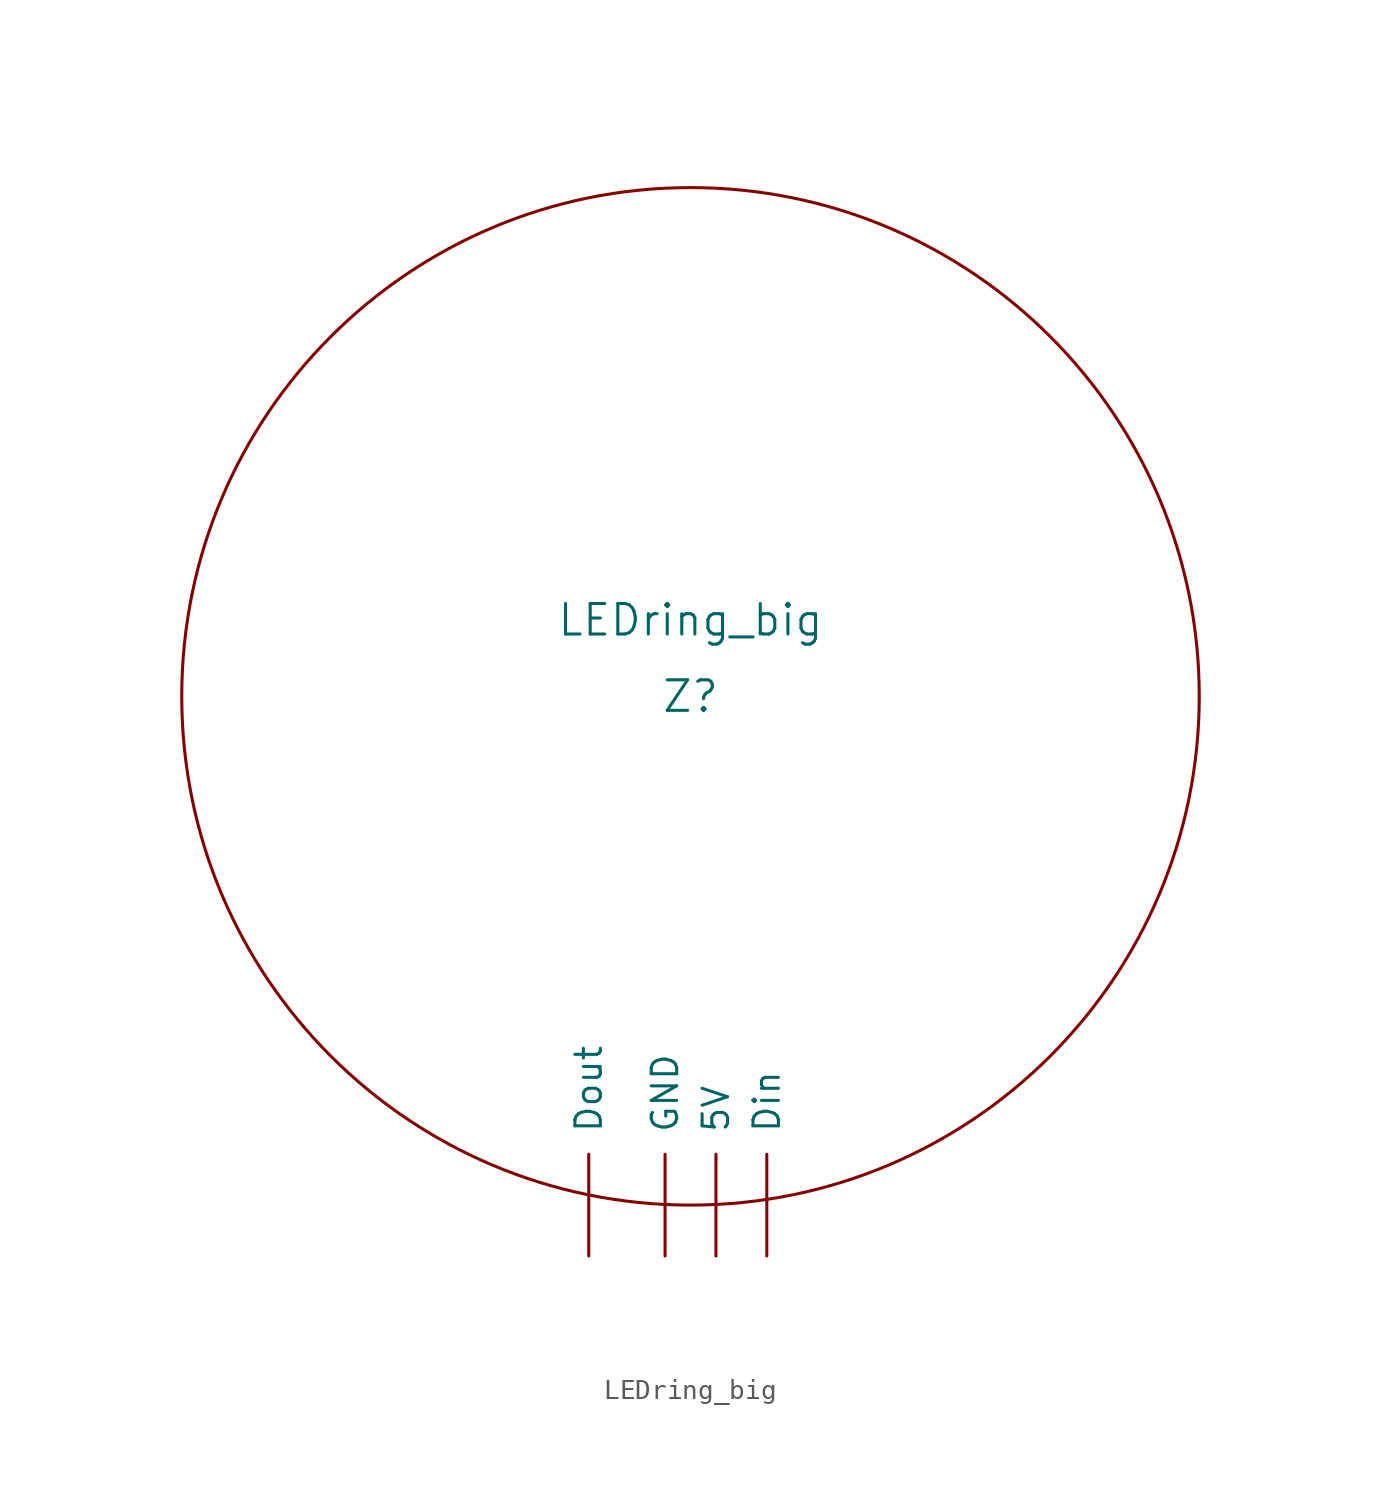
<source format=kicad_sym>
(kicad_symbol_lib
  (version 20220914)
  (generator kicad_symbol_editor)
  (symbol "LEDring_big"
    (pin_names
      (offset 1.016))
    (property "Reference" "Z"
      (at 0 0 0)
      (effects (font (size 1.524 1.524))))
    (property "Value" "LEDring_big"
      (at 0 3.81 0)
      (effects (font (size 1.524 1.524))))
    (symbol "LEDring_big_0_1"
      (circle (center 0 0) (radius 25.4) (stroke (width 0) (type solid)) (fill (type none))))
    (symbol "LEDring_big_1_0"
      (pin input line (at 1.27 -27.94 90) (length 5.08) (name "5V" (effects (font (size 1.27 1.27)))) (number "~" (effects (font (size 1.27 1.27)))))
      (pin input line (at 3.81 -27.94 90) (length 5.08) (name "Din" (effects (font (size 1.27 1.27)))) (number "~" (effects (font (size 1.27 1.27)))))
      (pin input line (at -5.08 -27.94 90) (length 5.08) (name "Dout" (effects (font (size 1.27 1.27)))) (number "~" (effects (font (size 1.27 1.27)))))
      (pin input line (at -1.27 -27.94 90) (length 5.08) (name "GND" (effects (font (size 1.27 1.27)))) (number "~" (effects (font (size 1.27 1.27))))))))
</source>
